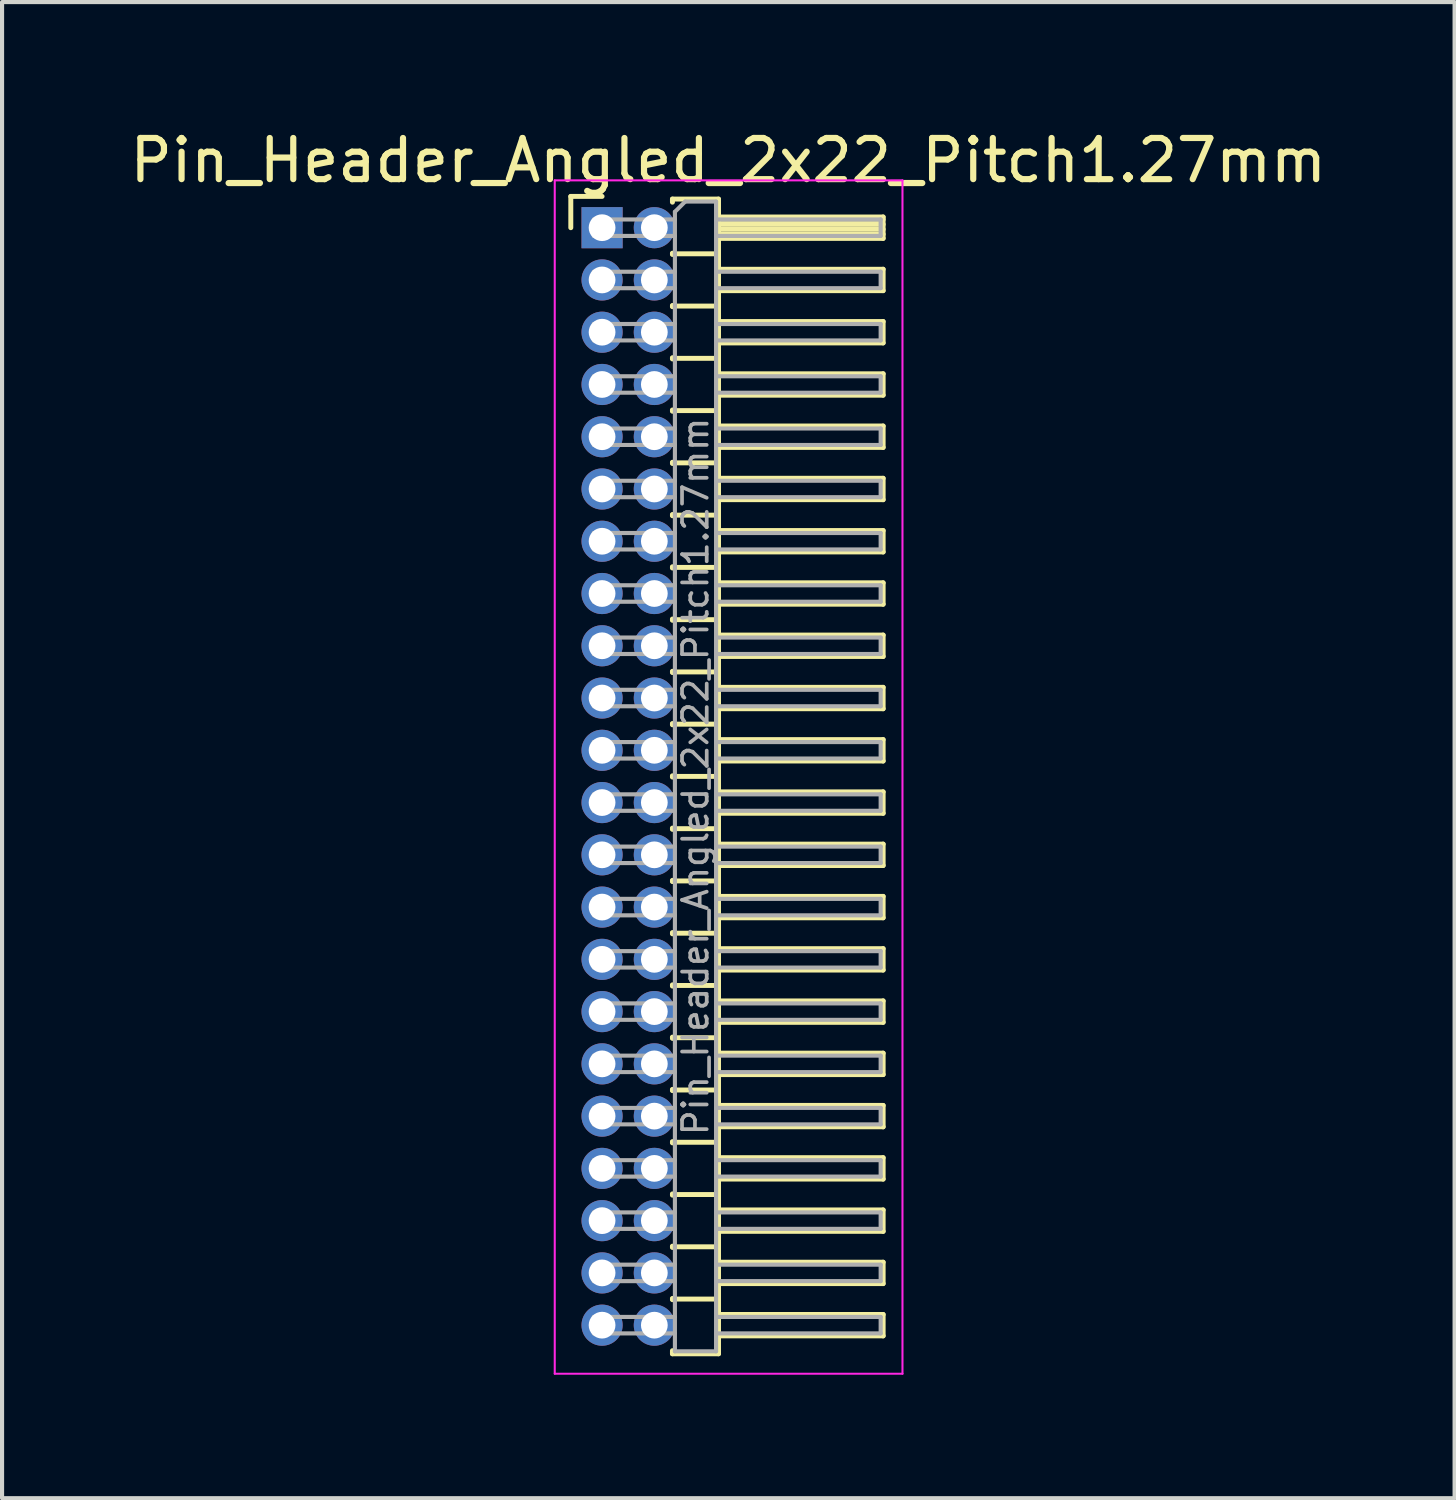
<source format=kicad_pcb>
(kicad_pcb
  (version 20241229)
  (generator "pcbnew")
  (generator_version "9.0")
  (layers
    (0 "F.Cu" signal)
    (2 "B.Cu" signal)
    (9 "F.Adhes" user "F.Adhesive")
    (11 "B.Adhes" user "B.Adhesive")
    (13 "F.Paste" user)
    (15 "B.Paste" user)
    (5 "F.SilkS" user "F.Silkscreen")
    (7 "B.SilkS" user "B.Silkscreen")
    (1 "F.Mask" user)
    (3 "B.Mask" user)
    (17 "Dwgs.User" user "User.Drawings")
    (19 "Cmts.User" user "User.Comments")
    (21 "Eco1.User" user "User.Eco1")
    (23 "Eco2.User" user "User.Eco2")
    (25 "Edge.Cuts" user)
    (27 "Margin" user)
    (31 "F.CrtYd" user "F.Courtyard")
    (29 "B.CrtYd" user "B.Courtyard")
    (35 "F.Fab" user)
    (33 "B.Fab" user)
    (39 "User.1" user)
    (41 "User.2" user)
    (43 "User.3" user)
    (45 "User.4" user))
  (footprint "Pin_Header_Angled_2x22_Pitch1.27mm"
    (layer "F.Cu")
    (at 11.581 2.483)
    (property "Reference" "Pin_Header_Angled_2x22_Pitch1.27mm" (at 3.067 -1.635 0) (layer "F.SilkS") (effects (font (size 1 1) (thickness 0.15))))
    (attr through_hole)
    (fp_line (start -0.76 -0.76) (end 0 -0.76) (stroke (width 0.12) (type solid)) (layer "F.SilkS"))
    (fp_line (start -0.76 0) (end -0.76 -0.76) (stroke (width 0.12) (type solid)) (layer "F.SilkS"))
    (fp_line (start 1.71 -0.695) (end 2.83 -0.695) (stroke (width 0.12) (type solid)) (layer "F.SilkS"))
    (fp_line (start 1.71 -0.62) (end 1.71 -0.695) (stroke (width 0.12) (type solid)) (layer "F.SilkS"))
    (fp_line (start 1.71 0.62) (end 1.71 0.65) (stroke (width 0.12) (type solid)) (layer "F.SilkS"))
    (fp_line (start 1.71 0.635) (end 2.83 0.635) (stroke (width 0.12) (type solid)) (layer "F.SilkS"))
    (fp_line (start 1.71 1.89) (end 1.71 1.92) (stroke (width 0.12) (type solid)) (layer "F.SilkS"))
    (fp_line (start 1.71 1.905) (end 2.83 1.905) (stroke (width 0.12) (type solid)) (layer "F.SilkS"))
    (fp_line (start 1.71 3.16) (end 1.71 3.19) (stroke (width 0.12) (type solid)) (layer "F.SilkS"))
    (fp_line (start 1.71 3.175) (end 2.83 3.175) (stroke (width 0.12) (type solid)) (layer "F.SilkS"))
    (fp_line (start 1.71 4.43) (end 1.71 4.46) (stroke (width 0.12) (type solid)) (layer "F.SilkS"))
    (fp_line (start 1.71 4.445) (end 2.83 4.445) (stroke (width 0.12) (type solid)) (layer "F.SilkS"))
    (fp_line (start 1.71 5.7) (end 1.71 5.73) (stroke (width 0.12) (type solid)) (layer "F.SilkS"))
    (fp_line (start 1.71 5.715) (end 2.83 5.715) (stroke (width 0.12) (type solid)) (layer "F.SilkS"))
    (fp_line (start 1.71 6.97) (end 1.71 7) (stroke (width 0.12) (type solid)) (layer "F.SilkS"))
    (fp_line (start 1.71 6.985) (end 2.83 6.985) (stroke (width 0.12) (type solid)) (layer "F.SilkS"))
    (fp_line (start 1.71 8.24) (end 1.71 8.27) (stroke (width 0.12) (type solid)) (layer "F.SilkS"))
    (fp_line (start 1.71 8.255) (end 2.83 8.255) (stroke (width 0.12) (type solid)) (layer "F.SilkS"))
    (fp_line (start 1.71 9.51) (end 1.71 9.54) (stroke (width 0.12) (type solid)) (layer "F.SilkS"))
    (fp_line (start 1.71 9.525) (end 2.83 9.525) (stroke (width 0.12) (type solid)) (layer "F.SilkS"))
    (fp_line (start 1.71 10.78) (end 1.71 10.81) (stroke (width 0.12) (type solid)) (layer "F.SilkS"))
    (fp_line (start 1.71 10.795) (end 2.83 10.795) (stroke (width 0.12) (type solid)) (layer "F.SilkS"))
    (fp_line (start 1.71 12.05) (end 1.71 12.08) (stroke (width 0.12) (type solid)) (layer "F.SilkS"))
    (fp_line (start 1.71 12.065) (end 2.83 12.065) (stroke (width 0.12) (type solid)) (layer "F.SilkS"))
    (fp_line (start 1.71 13.32) (end 1.71 13.35) (stroke (width 0.12) (type solid)) (layer "F.SilkS"))
    (fp_line (start 1.71 13.335) (end 2.83 13.335) (stroke (width 0.12) (type solid)) (layer "F.SilkS"))
    (fp_line (start 1.71 14.59) (end 1.71 14.62) (stroke (width 0.12) (type solid)) (layer "F.SilkS"))
    (fp_line (start 1.71 14.605) (end 2.83 14.605) (stroke (width 0.12) (type solid)) (layer "F.SilkS"))
    (fp_line (start 1.71 15.86) (end 1.71 15.89) (stroke (width 0.12) (type solid)) (layer "F.SilkS"))
    (fp_line (start 1.71 15.875) (end 2.83 15.875) (stroke (width 0.12) (type solid)) (layer "F.SilkS"))
    (fp_line (start 1.71 17.13) (end 1.71 17.16) (stroke (width 0.12) (type solid)) (layer "F.SilkS"))
    (fp_line (start 1.71 17.145) (end 2.83 17.145) (stroke (width 0.12) (type solid)) (layer "F.SilkS"))
    (fp_line (start 1.71 18.4) (end 1.71 18.43) (stroke (width 0.12) (type solid)) (layer "F.SilkS"))
    (fp_line (start 1.71 18.415) (end 2.83 18.415) (stroke (width 0.12) (type solid)) (layer "F.SilkS"))
    (fp_line (start 1.71 19.67) (end 1.71 19.7) (stroke (width 0.12) (type solid)) (layer "F.SilkS"))
    (fp_line (start 1.71 19.685) (end 2.83 19.685) (stroke (width 0.12) (type solid)) (layer "F.SilkS"))
    (fp_line (start 1.71 20.94) (end 1.71 20.97) (stroke (width 0.12) (type solid)) (layer "F.SilkS"))
    (fp_line (start 1.71 20.955) (end 2.83 20.955) (stroke (width 0.12) (type solid)) (layer "F.SilkS"))
    (fp_line (start 1.71 22.21) (end 1.71 22.24) (stroke (width 0.12) (type solid)) (layer "F.SilkS"))
    (fp_line (start 1.71 22.225) (end 2.83 22.225) (stroke (width 0.12) (type solid)) (layer "F.SilkS"))
    (fp_line (start 1.71 23.48) (end 1.71 23.51) (stroke (width 0.12) (type solid)) (layer "F.SilkS"))
    (fp_line (start 1.71 23.495) (end 2.83 23.495) (stroke (width 0.12) (type solid)) (layer "F.SilkS"))
    (fp_line (start 1.71 24.75) (end 1.71 24.78) (stroke (width 0.12) (type solid)) (layer "F.SilkS"))
    (fp_line (start 1.71 24.765) (end 2.83 24.765) (stroke (width 0.12) (type solid)) (layer "F.SilkS"))
    (fp_line (start 1.71 26.02) (end 1.71 26.05) (stroke (width 0.12) (type solid)) (layer "F.SilkS"))
    (fp_line (start 1.71 26.035) (end 2.83 26.035) (stroke (width 0.12) (type solid)) (layer "F.SilkS"))
    (fp_line (start 1.71 27.365) (end 1.71 27.29) (stroke (width 0.12) (type solid)) (layer "F.SilkS"))
    (fp_line (start 2.83 -0.695) (end 2.83 27.365) (stroke (width 0.12) (type solid)) (layer "F.SilkS"))
    (fp_line (start 2.83 -0.26) (end 6.83 -0.26) (stroke (width 0.12) (type solid)) (layer "F.SilkS"))
    (fp_line (start 2.83 -0.2) (end 6.83 -0.2) (stroke (width 0.12) (type solid)) (layer "F.SilkS"))
    (fp_line (start 2.83 -0.08) (end 6.83 -0.08) (stroke (width 0.12) (type solid)) (layer "F.SilkS"))
    (fp_line (start 2.83 0.04) (end 6.83 0.04) (stroke (width 0.12) (type solid)) (layer "F.SilkS"))
    (fp_line (start 2.83 0.16) (end 6.83 0.16) (stroke (width 0.12) (type solid)) (layer "F.SilkS"))
    (fp_line (start 2.83 1.01) (end 6.83 1.01) (stroke (width 0.12) (type solid)) (layer "F.SilkS"))
    (fp_line (start 2.83 2.28) (end 6.83 2.28) (stroke (width 0.12) (type solid)) (layer "F.SilkS"))
    (fp_line (start 2.83 3.55) (end 6.83 3.55) (stroke (width 0.12) (type solid)) (layer "F.SilkS"))
    (fp_line (start 2.83 4.82) (end 6.83 4.82) (stroke (width 0.12) (type solid)) (layer "F.SilkS"))
    (fp_line (start 2.83 6.09) (end 6.83 6.09) (stroke (width 0.12) (type solid)) (layer "F.SilkS"))
    (fp_line (start 2.83 7.36) (end 6.83 7.36) (stroke (width 0.12) (type solid)) (layer "F.SilkS"))
    (fp_line (start 2.83 8.63) (end 6.83 8.63) (stroke (width 0.12) (type solid)) (layer "F.SilkS"))
    (fp_line (start 2.83 9.9) (end 6.83 9.9) (stroke (width 0.12) (type solid)) (layer "F.SilkS"))
    (fp_line (start 2.83 11.17) (end 6.83 11.17) (stroke (width 0.12) (type solid)) (layer "F.SilkS"))
    (fp_line (start 2.83 12.44) (end 6.83 12.44) (stroke (width 0.12) (type solid)) (layer "F.SilkS"))
    (fp_line (start 2.83 13.71) (end 6.83 13.71) (stroke (width 0.12) (type solid)) (layer "F.SilkS"))
    (fp_line (start 2.83 14.98) (end 6.83 14.98) (stroke (width 0.12) (type solid)) (layer "F.SilkS"))
    (fp_line (start 2.83 16.25) (end 6.83 16.25) (stroke (width 0.12) (type solid)) (layer "F.SilkS"))
    (fp_line (start 2.83 17.52) (end 6.83 17.52) (stroke (width 0.12) (type solid)) (layer "F.SilkS"))
    (fp_line (start 2.83 18.79) (end 6.83 18.79) (stroke (width 0.12) (type solid)) (layer "F.SilkS"))
    (fp_line (start 2.83 20.06) (end 6.83 20.06) (stroke (width 0.12) (type solid)) (layer "F.SilkS"))
    (fp_line (start 2.83 21.33) (end 6.83 21.33) (stroke (width 0.12) (type solid)) (layer "F.SilkS"))
    (fp_line (start 2.83 22.6) (end 6.83 22.6) (stroke (width 0.12) (type solid)) (layer "F.SilkS"))
    (fp_line (start 2.83 23.87) (end 6.83 23.87) (stroke (width 0.12) (type solid)) (layer "F.SilkS"))
    (fp_line (start 2.83 25.14) (end 6.83 25.14) (stroke (width 0.12) (type solid)) (layer "F.SilkS"))
    (fp_line (start 2.83 26.41) (end 6.83 26.41) (stroke (width 0.12) (type solid)) (layer "F.SilkS"))
    (fp_line (start 2.83 27.365) (end 1.71 27.365) (stroke (width 0.12) (type solid)) (layer "F.SilkS"))
    (fp_line (start 6.83 -0.26) (end 6.83 0.26) (stroke (width 0.12) (type solid)) (layer "F.SilkS"))
    (fp_line (start 6.83 0.26) (end 2.83 0.26) (stroke (width 0.12) (type solid)) (layer "F.SilkS"))
    (fp_line (start 6.83 1.01) (end 6.83 1.53) (stroke (width 0.12) (type solid)) (layer "F.SilkS"))
    (fp_line (start 6.83 1.53) (end 2.83 1.53) (stroke (width 0.12) (type solid)) (layer "F.SilkS"))
    (fp_line (start 6.83 2.28) (end 6.83 2.8) (stroke (width 0.12) (type solid)) (layer "F.SilkS"))
    (fp_line (start 6.83 2.8) (end 2.83 2.8) (stroke (width 0.12) (type solid)) (layer "F.SilkS"))
    (fp_line (start 6.83 3.55) (end 6.83 4.07) (stroke (width 0.12) (type solid)) (layer "F.SilkS"))
    (fp_line (start 6.83 4.07) (end 2.83 4.07) (stroke (width 0.12) (type solid)) (layer "F.SilkS"))
    (fp_line (start 6.83 4.82) (end 6.83 5.34) (stroke (width 0.12) (type solid)) (layer "F.SilkS"))
    (fp_line (start 6.83 5.34) (end 2.83 5.34) (stroke (width 0.12) (type solid)) (layer "F.SilkS"))
    (fp_line (start 6.83 6.09) (end 6.83 6.61) (stroke (width 0.12) (type solid)) (layer "F.SilkS"))
    (fp_line (start 6.83 6.61) (end 2.83 6.61) (stroke (width 0.12) (type solid)) (layer "F.SilkS"))
    (fp_line (start 6.83 7.36) (end 6.83 7.88) (stroke (width 0.12) (type solid)) (layer "F.SilkS"))
    (fp_line (start 6.83 7.88) (end 2.83 7.88) (stroke (width 0.12) (type solid)) (layer "F.SilkS"))
    (fp_line (start 6.83 8.63) (end 6.83 9.15) (stroke (width 0.12) (type solid)) (layer "F.SilkS"))
    (fp_line (start 6.83 9.15) (end 2.83 9.15) (stroke (width 0.12) (type solid)) (layer "F.SilkS"))
    (fp_line (start 6.83 9.9) (end 6.83 10.42) (stroke (width 0.12) (type solid)) (layer "F.SilkS"))
    (fp_line (start 6.83 10.42) (end 2.83 10.42) (stroke (width 0.12) (type solid)) (layer "F.SilkS"))
    (fp_line (start 6.83 11.17) (end 6.83 11.69) (stroke (width 0.12) (type solid)) (layer "F.SilkS"))
    (fp_line (start 6.83 11.69) (end 2.83 11.69) (stroke (width 0.12) (type solid)) (layer "F.SilkS"))
    (fp_line (start 6.83 12.44) (end 6.83 12.96) (stroke (width 0.12) (type solid)) (layer "F.SilkS"))
    (fp_line (start 6.83 12.96) (end 2.83 12.96) (stroke (width 0.12) (type solid)) (layer "F.SilkS"))
    (fp_line (start 6.83 13.71) (end 6.83 14.23) (stroke (width 0.12) (type solid)) (layer "F.SilkS"))
    (fp_line (start 6.83 14.23) (end 2.83 14.23) (stroke (width 0.12) (type solid)) (layer "F.SilkS"))
    (fp_line (start 6.83 14.98) (end 6.83 15.5) (stroke (width 0.12) (type solid)) (layer "F.SilkS"))
    (fp_line (start 6.83 15.5) (end 2.83 15.5) (stroke (width 0.12) (type solid)) (layer "F.SilkS"))
    (fp_line (start 6.83 16.25) (end 6.83 16.77) (stroke (width 0.12) (type solid)) (layer "F.SilkS"))
    (fp_line (start 6.83 16.77) (end 2.83 16.77) (stroke (width 0.12) (type solid)) (layer "F.SilkS"))
    (fp_line (start 6.83 17.52) (end 6.83 18.04) (stroke (width 0.12) (type solid)) (layer "F.SilkS"))
    (fp_line (start 6.83 18.04) (end 2.83 18.04) (stroke (width 0.12) (type solid)) (layer "F.SilkS"))
    (fp_line (start 6.83 18.79) (end 6.83 19.31) (stroke (width 0.12) (type solid)) (layer "F.SilkS"))
    (fp_line (start 6.83 19.31) (end 2.83 19.31) (stroke (width 0.12) (type solid)) (layer "F.SilkS"))
    (fp_line (start 6.83 20.06) (end 6.83 20.58) (stroke (width 0.12) (type solid)) (layer "F.SilkS"))
    (fp_line (start 6.83 20.58) (end 2.83 20.58) (stroke (width 0.12) (type solid)) (layer "F.SilkS"))
    (fp_line (start 6.83 21.33) (end 6.83 21.85) (stroke (width 0.12) (type solid)) (layer "F.SilkS"))
    (fp_line (start 6.83 21.85) (end 2.83 21.85) (stroke (width 0.12) (type solid)) (layer "F.SilkS"))
    (fp_line (start 6.83 22.6) (end 6.83 23.12) (stroke (width 0.12) (type solid)) (layer "F.SilkS"))
    (fp_line (start 6.83 23.12) (end 2.83 23.12) (stroke (width 0.12) (type solid)) (layer "F.SilkS"))
    (fp_line (start 6.83 23.87) (end 6.83 24.39) (stroke (width 0.12) (type solid)) (layer "F.SilkS"))
    (fp_line (start 6.83 24.39) (end 2.83 24.39) (stroke (width 0.12) (type solid)) (layer "F.SilkS"))
    (fp_line (start 6.83 25.14) (end 6.83 25.66) (stroke (width 0.12) (type solid)) (layer "F.SilkS"))
    (fp_line (start 6.83 25.66) (end 2.83 25.66) (stroke (width 0.12) (type solid)) (layer "F.SilkS"))
    (fp_line (start 6.83 26.41) (end 6.83 26.93) (stroke (width 0.12) (type solid)) (layer "F.SilkS"))
    (fp_line (start 6.83 26.93) (end 2.83 26.93) (stroke (width 0.12) (type solid)) (layer "F.SilkS"))
    (fp_line (start -1.15 -1.15) (end -1.15 27.85) (stroke (width 0.05) (type solid)) (layer "F.CrtYd"))
    (fp_line (start -1.15 27.85) (end 7.3 27.85) (stroke (width 0.05) (type solid)) (layer "F.CrtYd"))
    (fp_line (start 7.3 -1.15) (end -1.15 -1.15) (stroke (width 0.05) (type solid)) (layer "F.CrtYd"))
    (fp_line (start 7.3 27.85) (end 7.3 -1.15) (stroke (width 0.05) (type solid)) (layer "F.CrtYd"))
    (fp_line (start -0.2 -0.2) (end -0.2 0.2) (stroke (width 0.1) (type solid)) (layer "F.Fab"))
    (fp_line (start -0.2 -0.2) (end 1.77 -0.2) (stroke (width 0.1) (type solid)) (layer "F.Fab"))
    (fp_line (start -0.2 0.2) (end 1.77 0.2) (stroke (width 0.1) (type solid)) (layer "F.Fab"))
    (fp_line (start -0.2 1.07) (end -0.2 1.47) (stroke (width 0.1) (type solid)) (layer "F.Fab"))
    (fp_line (start -0.2 1.07) (end 1.77 1.07) (stroke (width 0.1) (type solid)) (layer "F.Fab"))
    (fp_line (start -0.2 1.47) (end 1.77 1.47) (stroke (width 0.1) (type solid)) (layer "F.Fab"))
    (fp_line (start -0.2 2.34) (end -0.2 2.74) (stroke (width 0.1) (type solid)) (layer "F.Fab"))
    (fp_line (start -0.2 2.34) (end 1.77 2.34) (stroke (width 0.1) (type solid)) (layer "F.Fab"))
    (fp_line (start -0.2 2.74) (end 1.77 2.74) (stroke (width 0.1) (type solid)) (layer "F.Fab"))
    (fp_line (start -0.2 3.61) (end -0.2 4.01) (stroke (width 0.1) (type solid)) (layer "F.Fab"))
    (fp_line (start -0.2 3.61) (end 1.77 3.61) (stroke (width 0.1) (type solid)) (layer "F.Fab"))
    (fp_line (start -0.2 4.01) (end 1.77 4.01) (stroke (width 0.1) (type solid)) (layer "F.Fab"))
    (fp_line (start -0.2 4.88) (end -0.2 5.28) (stroke (width 0.1) (type solid)) (layer "F.Fab"))
    (fp_line (start -0.2 4.88) (end 1.77 4.88) (stroke (width 0.1) (type solid)) (layer "F.Fab"))
    (fp_line (start -0.2 5.28) (end 1.77 5.28) (stroke (width 0.1) (type solid)) (layer "F.Fab"))
    (fp_line (start -0.2 6.15) (end -0.2 6.55) (stroke (width 0.1) (type solid)) (layer "F.Fab"))
    (fp_line (start -0.2 6.15) (end 1.77 6.15) (stroke (width 0.1) (type solid)) (layer "F.Fab"))
    (fp_line (start -0.2 6.55) (end 1.77 6.55) (stroke (width 0.1) (type solid)) (layer "F.Fab"))
    (fp_line (start -0.2 7.42) (end -0.2 7.82) (stroke (width 0.1) (type solid)) (layer "F.Fab"))
    (fp_line (start -0.2 7.42) (end 1.77 7.42) (stroke (width 0.1) (type solid)) (layer "F.Fab"))
    (fp_line (start -0.2 7.82) (end 1.77 7.82) (stroke (width 0.1) (type solid)) (layer "F.Fab"))
    (fp_line (start -0.2 8.69) (end -0.2 9.09) (stroke (width 0.1) (type solid)) (layer "F.Fab"))
    (fp_line (start -0.2 8.69) (end 1.77 8.69) (stroke (width 0.1) (type solid)) (layer "F.Fab"))
    (fp_line (start -0.2 9.09) (end 1.77 9.09) (stroke (width 0.1) (type solid)) (layer "F.Fab"))
    (fp_line (start -0.2 9.96) (end -0.2 10.36) (stroke (width 0.1) (type solid)) (layer "F.Fab"))
    (fp_line (start -0.2 9.96) (end 1.77 9.96) (stroke (width 0.1) (type solid)) (layer "F.Fab"))
    (fp_line (start -0.2 10.36) (end 1.77 10.36) (stroke (width 0.1) (type solid)) (layer "F.Fab"))
    (fp_line (start -0.2 11.23) (end -0.2 11.63) (stroke (width 0.1) (type solid)) (layer "F.Fab"))
    (fp_line (start -0.2 11.23) (end 1.77 11.23) (stroke (width 0.1) (type solid)) (layer "F.Fab"))
    (fp_line (start -0.2 11.63) (end 1.77 11.63) (stroke (width 0.1) (type solid)) (layer "F.Fab"))
    (fp_line (start -0.2 12.5) (end -0.2 12.9) (stroke (width 0.1) (type solid)) (layer "F.Fab"))
    (fp_line (start -0.2 12.5) (end 1.77 12.5) (stroke (width 0.1) (type solid)) (layer "F.Fab"))
    (fp_line (start -0.2 12.9) (end 1.77 12.9) (stroke (width 0.1) (type solid)) (layer "F.Fab"))
    (fp_line (start -0.2 13.77) (end -0.2 14.17) (stroke (width 0.1) (type solid)) (layer "F.Fab"))
    (fp_line (start -0.2 13.77) (end 1.77 13.77) (stroke (width 0.1) (type solid)) (layer "F.Fab"))
    (fp_line (start -0.2 14.17) (end 1.77 14.17) (stroke (width 0.1) (type solid)) (layer "F.Fab"))
    (fp_line (start -0.2 15.04) (end -0.2 15.44) (stroke (width 0.1) (type solid)) (layer "F.Fab"))
    (fp_line (start -0.2 15.04) (end 1.77 15.04) (stroke (width 0.1) (type solid)) (layer "F.Fab"))
    (fp_line (start -0.2 15.44) (end 1.77 15.44) (stroke (width 0.1) (type solid)) (layer "F.Fab"))
    (fp_line (start -0.2 16.31) (end -0.2 16.71) (stroke (width 0.1) (type solid)) (layer "F.Fab"))
    (fp_line (start -0.2 16.31) (end 1.77 16.31) (stroke (width 0.1) (type solid)) (layer "F.Fab"))
    (fp_line (start -0.2 16.71) (end 1.77 16.71) (stroke (width 0.1) (type solid)) (layer "F.Fab"))
    (fp_line (start -0.2 17.58) (end -0.2 17.98) (stroke (width 0.1) (type solid)) (layer "F.Fab"))
    (fp_line (start -0.2 17.58) (end 1.77 17.58) (stroke (width 0.1) (type solid)) (layer "F.Fab"))
    (fp_line (start -0.2 17.98) (end 1.77 17.98) (stroke (width 0.1) (type solid)) (layer "F.Fab"))
    (fp_line (start -0.2 18.85) (end -0.2 19.25) (stroke (width 0.1) (type solid)) (layer "F.Fab"))
    (fp_line (start -0.2 18.85) (end 1.77 18.85) (stroke (width 0.1) (type solid)) (layer "F.Fab"))
    (fp_line (start -0.2 19.25) (end 1.77 19.25) (stroke (width 0.1) (type solid)) (layer "F.Fab"))
    (fp_line (start -0.2 20.12) (end -0.2 20.52) (stroke (width 0.1) (type solid)) (layer "F.Fab"))
    (fp_line (start -0.2 20.12) (end 1.77 20.12) (stroke (width 0.1) (type solid)) (layer "F.Fab"))
    (fp_line (start -0.2 20.52) (end 1.77 20.52) (stroke (width 0.1) (type solid)) (layer "F.Fab"))
    (fp_line (start -0.2 21.39) (end -0.2 21.79) (stroke (width 0.1) (type solid)) (layer "F.Fab"))
    (fp_line (start -0.2 21.39) (end 1.77 21.39) (stroke (width 0.1) (type solid)) (layer "F.Fab"))
    (fp_line (start -0.2 21.79) (end 1.77 21.79) (stroke (width 0.1) (type solid)) (layer "F.Fab"))
    (fp_line (start -0.2 22.66) (end -0.2 23.06) (stroke (width 0.1) (type solid)) (layer "F.Fab"))
    (fp_line (start -0.2 22.66) (end 1.77 22.66) (stroke (width 0.1) (type solid)) (layer "F.Fab"))
    (fp_line (start -0.2 23.06) (end 1.77 23.06) (stroke (width 0.1) (type solid)) (layer "F.Fab"))
    (fp_line (start -0.2 23.93) (end -0.2 24.33) (stroke (width 0.1) (type solid)) (layer "F.Fab"))
    (fp_line (start -0.2 23.93) (end 1.77 23.93) (stroke (width 0.1) (type solid)) (layer "F.Fab"))
    (fp_line (start -0.2 24.33) (end 1.77 24.33) (stroke (width 0.1) (type solid)) (layer "F.Fab"))
    (fp_line (start -0.2 25.2) (end -0.2 25.6) (stroke (width 0.1) (type solid)) (layer "F.Fab"))
    (fp_line (start -0.2 25.2) (end 1.77 25.2) (stroke (width 0.1) (type solid)) (layer "F.Fab"))
    (fp_line (start -0.2 25.6) (end 1.77 25.6) (stroke (width 0.1) (type solid)) (layer "F.Fab"))
    (fp_line (start -0.2 26.47) (end -0.2 26.87) (stroke (width 0.1) (type solid)) (layer "F.Fab"))
    (fp_line (start -0.2 26.47) (end 1.77 26.47) (stroke (width 0.1) (type solid)) (layer "F.Fab"))
    (fp_line (start -0.2 26.87) (end 1.77 26.87) (stroke (width 0.1) (type solid)) (layer "F.Fab"))
    (fp_line (start 1.77 -0.385) (end 2.02 -0.635) (stroke (width 0.1) (type solid)) (layer "F.Fab"))
    (fp_line (start 1.77 27.305) (end 1.77 -0.385) (stroke (width 0.1) (type solid)) (layer "F.Fab"))
    (fp_line (start 2.02 -0.635) (end 2.77 -0.635) (stroke (width 0.1) (type solid)) (layer "F.Fab"))
    (fp_line (start 2.77 -0.635) (end 2.77 27.305) (stroke (width 0.1) (type solid)) (layer "F.Fab"))
    (fp_line (start 2.77 -0.2) (end 6.77 -0.2) (stroke (width 0.1) (type solid)) (layer "F.Fab"))
    (fp_line (start 2.77 0.2) (end 6.77 0.2) (stroke (width 0.1) (type solid)) (layer "F.Fab"))
    (fp_line (start 2.77 1.07) (end 6.77 1.07) (stroke (width 0.1) (type solid)) (layer "F.Fab"))
    (fp_line (start 2.77 1.47) (end 6.77 1.47) (stroke (width 0.1) (type solid)) (layer "F.Fab"))
    (fp_line (start 2.77 2.34) (end 6.77 2.34) (stroke (width 0.1) (type solid)) (layer "F.Fab"))
    (fp_line (start 2.77 2.74) (end 6.77 2.74) (stroke (width 0.1) (type solid)) (layer "F.Fab"))
    (fp_line (start 2.77 3.61) (end 6.77 3.61) (stroke (width 0.1) (type solid)) (layer "F.Fab"))
    (fp_line (start 2.77 4.01) (end 6.77 4.01) (stroke (width 0.1) (type solid)) (layer "F.Fab"))
    (fp_line (start 2.77 4.88) (end 6.77 4.88) (stroke (width 0.1) (type solid)) (layer "F.Fab"))
    (fp_line (start 2.77 5.28) (end 6.77 5.28) (stroke (width 0.1) (type solid)) (layer "F.Fab"))
    (fp_line (start 2.77 6.15) (end 6.77 6.15) (stroke (width 0.1) (type solid)) (layer "F.Fab"))
    (fp_line (start 2.77 6.55) (end 6.77 6.55) (stroke (width 0.1) (type solid)) (layer "F.Fab"))
    (fp_line (start 2.77 7.42) (end 6.77 7.42) (stroke (width 0.1) (type solid)) (layer "F.Fab"))
    (fp_line (start 2.77 7.82) (end 6.77 7.82) (stroke (width 0.1) (type solid)) (layer "F.Fab"))
    (fp_line (start 2.77 8.69) (end 6.77 8.69) (stroke (width 0.1) (type solid)) (layer "F.Fab"))
    (fp_line (start 2.77 9.09) (end 6.77 9.09) (stroke (width 0.1) (type solid)) (layer "F.Fab"))
    (fp_line (start 2.77 9.96) (end 6.77 9.96) (stroke (width 0.1) (type solid)) (layer "F.Fab"))
    (fp_line (start 2.77 10.36) (end 6.77 10.36) (stroke (width 0.1) (type solid)) (layer "F.Fab"))
    (fp_line (start 2.77 11.23) (end 6.77 11.23) (stroke (width 0.1) (type solid)) (layer "F.Fab"))
    (fp_line (start 2.77 11.63) (end 6.77 11.63) (stroke (width 0.1) (type solid)) (layer "F.Fab"))
    (fp_line (start 2.77 12.5) (end 6.77 12.5) (stroke (width 0.1) (type solid)) (layer "F.Fab"))
    (fp_line (start 2.77 12.9) (end 6.77 12.9) (stroke (width 0.1) (type solid)) (layer "F.Fab"))
    (fp_line (start 2.77 13.77) (end 6.77 13.77) (stroke (width 0.1) (type solid)) (layer "F.Fab"))
    (fp_line (start 2.77 14.17) (end 6.77 14.17) (stroke (width 0.1) (type solid)) (layer "F.Fab"))
    (fp_line (start 2.77 15.04) (end 6.77 15.04) (stroke (width 0.1) (type solid)) (layer "F.Fab"))
    (fp_line (start 2.77 15.44) (end 6.77 15.44) (stroke (width 0.1) (type solid)) (layer "F.Fab"))
    (fp_line (start 2.77 16.31) (end 6.77 16.31) (stroke (width 0.1) (type solid)) (layer "F.Fab"))
    (fp_line (start 2.77 16.71) (end 6.77 16.71) (stroke (width 0.1) (type solid)) (layer "F.Fab"))
    (fp_line (start 2.77 17.58) (end 6.77 17.58) (stroke (width 0.1) (type solid)) (layer "F.Fab"))
    (fp_line (start 2.77 17.98) (end 6.77 17.98) (stroke (width 0.1) (type solid)) (layer "F.Fab"))
    (fp_line (start 2.77 18.85) (end 6.77 18.85) (stroke (width 0.1) (type solid)) (layer "F.Fab"))
    (fp_line (start 2.77 19.25) (end 6.77 19.25) (stroke (width 0.1) (type solid)) (layer "F.Fab"))
    (fp_line (start 2.77 20.12) (end 6.77 20.12) (stroke (width 0.1) (type solid)) (layer "F.Fab"))
    (fp_line (start 2.77 20.52) (end 6.77 20.52) (stroke (width 0.1) (type solid)) (layer "F.Fab"))
    (fp_line (start 2.77 21.39) (end 6.77 21.39) (stroke (width 0.1) (type solid)) (layer "F.Fab"))
    (fp_line (start 2.77 21.79) (end 6.77 21.79) (stroke (width 0.1) (type solid)) (layer "F.Fab"))
    (fp_line (start 2.77 22.66) (end 6.77 22.66) (stroke (width 0.1) (type solid)) (layer "F.Fab"))
    (fp_line (start 2.77 23.06) (end 6.77 23.06) (stroke (width 0.1) (type solid)) (layer "F.Fab"))
    (fp_line (start 2.77 23.93) (end 6.77 23.93) (stroke (width 0.1) (type solid)) (layer "F.Fab"))
    (fp_line (start 2.77 24.33) (end 6.77 24.33) (stroke (width 0.1) (type solid)) (layer "F.Fab"))
    (fp_line (start 2.77 25.2) (end 6.77 25.2) (stroke (width 0.1) (type solid)) (layer "F.Fab"))
    (fp_line (start 2.77 25.6) (end 6.77 25.6) (stroke (width 0.1) (type solid)) (layer "F.Fab"))
    (fp_line (start 2.77 26.47) (end 6.77 26.47) (stroke (width 0.1) (type solid)) (layer "F.Fab"))
    (fp_line (start 2.77 26.87) (end 6.77 26.87) (stroke (width 0.1) (type solid)) (layer "F.Fab"))
    (fp_line (start 2.77 27.305) (end 1.77 27.305) (stroke (width 0.1) (type solid)) (layer "F.Fab"))
    (fp_line (start 6.77 -0.2) (end 6.77 0.2) (stroke (width 0.1) (type solid)) (layer "F.Fab"))
    (fp_line (start 6.77 1.07) (end 6.77 1.47) (stroke (width 0.1) (type solid)) (layer "F.Fab"))
    (fp_line (start 6.77 2.34) (end 6.77 2.74) (stroke (width 0.1) (type solid)) (layer "F.Fab"))
    (fp_line (start 6.77 3.61) (end 6.77 4.01) (stroke (width 0.1) (type solid)) (layer "F.Fab"))
    (fp_line (start 6.77 4.88) (end 6.77 5.28) (stroke (width 0.1) (type solid)) (layer "F.Fab"))
    (fp_line (start 6.77 6.15) (end 6.77 6.55) (stroke (width 0.1) (type solid)) (layer "F.Fab"))
    (fp_line (start 6.77 7.42) (end 6.77 7.82) (stroke (width 0.1) (type solid)) (layer "F.Fab"))
    (fp_line (start 6.77 8.69) (end 6.77 9.09) (stroke (width 0.1) (type solid)) (layer "F.Fab"))
    (fp_line (start 6.77 9.96) (end 6.77 10.36) (stroke (width 0.1) (type solid)) (layer "F.Fab"))
    (fp_line (start 6.77 11.23) (end 6.77 11.63) (stroke (width 0.1) (type solid)) (layer "F.Fab"))
    (fp_line (start 6.77 12.5) (end 6.77 12.9) (stroke (width 0.1) (type solid)) (layer "F.Fab"))
    (fp_line (start 6.77 13.77) (end 6.77 14.17) (stroke (width 0.1) (type solid)) (layer "F.Fab"))
    (fp_line (start 6.77 15.04) (end 6.77 15.44) (stroke (width 0.1) (type solid)) (layer "F.Fab"))
    (fp_line (start 6.77 16.31) (end 6.77 16.71) (stroke (width 0.1) (type solid)) (layer "F.Fab"))
    (fp_line (start 6.77 17.58) (end 6.77 17.98) (stroke (width 0.1) (type solid)) (layer "F.Fab"))
    (fp_line (start 6.77 18.85) (end 6.77 19.25) (stroke (width 0.1) (type solid)) (layer "F.Fab"))
    (fp_line (start 6.77 20.12) (end 6.77 20.52) (stroke (width 0.1) (type solid)) (layer "F.Fab"))
    (fp_line (start 6.77 21.39) (end 6.77 21.79) (stroke (width 0.1) (type solid)) (layer "F.Fab"))
    (fp_line (start 6.77 22.66) (end 6.77 23.06) (stroke (width 0.1) (type solid)) (layer "F.Fab"))
    (fp_line (start 6.77 23.93) (end 6.77 24.33) (stroke (width 0.1) (type solid)) (layer "F.Fab"))
    (fp_line (start 6.77 25.2) (end 6.77 25.6) (stroke (width 0.1) (type solid)) (layer "F.Fab"))
    (fp_line (start 6.77 26.47) (end 6.77 26.87) (stroke (width 0.1) (type solid)) (layer "F.Fab"))
    (fp_text user "${REFERENCE}" (at 2.27 13.335 90) (layer "F.Fab") (effects (font (size 0.6 0.6) (thickness 0.09))))
    (pad "1" thru_hole rect (at 0 0) (size 1 1) (drill 0.65) (layers "*.Cu" "*.Mask"))
    (pad "2" thru_hole oval (at 1.27 0) (size 1 1) (drill 0.65) (layers "*.Cu" "*.Mask"))
    (pad "3" thru_hole oval (at 0 1.27) (size 1 1) (drill 0.65) (layers "*.Cu" "*.Mask"))
    (pad "4" thru_hole oval (at 1.27 1.27) (size 1 1) (drill 0.65) (layers "*.Cu" "*.Mask"))
    (pad "5" thru_hole oval (at 0 2.54) (size 1 1) (drill 0.65) (layers "*.Cu" "*.Mask"))
    (pad "6" thru_hole oval (at 1.27 2.54) (size 1 1) (drill 0.65) (layers "*.Cu" "*.Mask"))
    (pad "7" thru_hole oval (at 0 3.81) (size 1 1) (drill 0.65) (layers "*.Cu" "*.Mask"))
    (pad "8" thru_hole oval (at 1.27 3.81) (size 1 1) (drill 0.65) (layers "*.Cu" "*.Mask"))
    (pad "9" thru_hole oval (at 0 5.08) (size 1 1) (drill 0.65) (layers "*.Cu" "*.Mask"))
    (pad "10" thru_hole oval (at 1.27 5.08) (size 1 1) (drill 0.65) (layers "*.Cu" "*.Mask"))
    (pad "11" thru_hole oval (at 0 6.35) (size 1 1) (drill 0.65) (layers "*.Cu" "*.Mask"))
    (pad "12" thru_hole oval (at 1.27 6.35) (size 1 1) (drill 0.65) (layers "*.Cu" "*.Mask"))
    (pad "13" thru_hole oval (at 0 7.62) (size 1 1) (drill 0.65) (layers "*.Cu" "*.Mask"))
    (pad "14" thru_hole oval (at 1.27 7.62) (size 1 1) (drill 0.65) (layers "*.Cu" "*.Mask"))
    (pad "15" thru_hole oval (at 0 8.89) (size 1 1) (drill 0.65) (layers "*.Cu" "*.Mask"))
    (pad "16" thru_hole oval (at 1.27 8.89) (size 1 1) (drill 0.65) (layers "*.Cu" "*.Mask"))
    (pad "17" thru_hole oval (at 0 10.16) (size 1 1) (drill 0.65) (layers "*.Cu" "*.Mask"))
    (pad "18" thru_hole oval (at 1.27 10.16) (size 1 1) (drill 0.65) (layers "*.Cu" "*.Mask"))
    (pad "19" thru_hole oval (at 0 11.43) (size 1 1) (drill 0.65) (layers "*.Cu" "*.Mask"))
    (pad "20" thru_hole oval (at 1.27 11.43) (size 1 1) (drill 0.65) (layers "*.Cu" "*.Mask"))
    (pad "21" thru_hole oval (at 0 12.7) (size 1 1) (drill 0.65) (layers "*.Cu" "*.Mask"))
    (pad "22" thru_hole oval (at 1.27 12.7) (size 1 1) (drill 0.65) (layers "*.Cu" "*.Mask"))
    (pad "23" thru_hole oval (at 0 13.97) (size 1 1) (drill 0.65) (layers "*.Cu" "*.Mask"))
    (pad "24" thru_hole oval (at 1.27 13.97) (size 1 1) (drill 0.65) (layers "*.Cu" "*.Mask"))
    (pad "25" thru_hole oval (at 0 15.24) (size 1 1) (drill 0.65) (layers "*.Cu" "*.Mask"))
    (pad "26" thru_hole oval (at 1.27 15.24) (size 1 1) (drill 0.65) (layers "*.Cu" "*.Mask"))
    (pad "27" thru_hole oval (at 0 16.51) (size 1 1) (drill 0.65) (layers "*.Cu" "*.Mask"))
    (pad "28" thru_hole oval (at 1.27 16.51) (size 1 1) (drill 0.65) (layers "*.Cu" "*.Mask"))
    (pad "29" thru_hole oval (at 0 17.78) (size 1 1) (drill 0.65) (layers "*.Cu" "*.Mask"))
    (pad "30" thru_hole oval (at 1.27 17.78) (size 1 1) (drill 0.65) (layers "*.Cu" "*.Mask"))
    (pad "31" thru_hole oval (at 0 19.05) (size 1 1) (drill 0.65) (layers "*.Cu" "*.Mask"))
    (pad "32" thru_hole oval (at 1.27 19.05) (size 1 1) (drill 0.65) (layers "*.Cu" "*.Mask"))
    (pad "33" thru_hole oval (at 0 20.32) (size 1 1) (drill 0.65) (layers "*.Cu" "*.Mask"))
    (pad "34" thru_hole oval (at 1.27 20.32) (size 1 1) (drill 0.65) (layers "*.Cu" "*.Mask"))
    (pad "35" thru_hole oval (at 0 21.59) (size 1 1) (drill 0.65) (layers "*.Cu" "*.Mask"))
    (pad "36" thru_hole oval (at 1.27 21.59) (size 1 1) (drill 0.65) (layers "*.Cu" "*.Mask"))
    (pad "37" thru_hole oval (at 0 22.86) (size 1 1) (drill 0.65) (layers "*.Cu" "*.Mask"))
    (pad "38" thru_hole oval (at 1.27 22.86) (size 1 1) (drill 0.65) (layers "*.Cu" "*.Mask"))
    (pad "39" thru_hole oval (at 0 24.13) (size 1 1) (drill 0.65) (layers "*.Cu" "*.Mask"))
    (pad "40" thru_hole oval (at 1.27 24.13) (size 1 1) (drill 0.65) (layers "*.Cu" "*.Mask"))
    (pad "41" thru_hole oval (at 0 25.4) (size 1 1) (drill 0.65) (layers "*.Cu" "*.Mask"))
    (pad "42" thru_hole oval (at 1.27 25.4) (size 1 1) (drill 0.65) (layers "*.Cu" "*.Mask"))
    (pad "43" thru_hole oval (at 0 26.67) (size 1 1) (drill 0.65) (layers "*.Cu" "*.Mask"))
    (pad "44" thru_hole oval (at 1.27 26.67) (size 1 1) (drill 0.65) (layers "*.Cu" "*.Mask")))
  (gr_rect
    (start -3 -3)
    (end 32.298 33.358)
    (stroke (width 0.1) (type default))
    (fill no)
    (layer "Edge.Cuts")))
</source>
